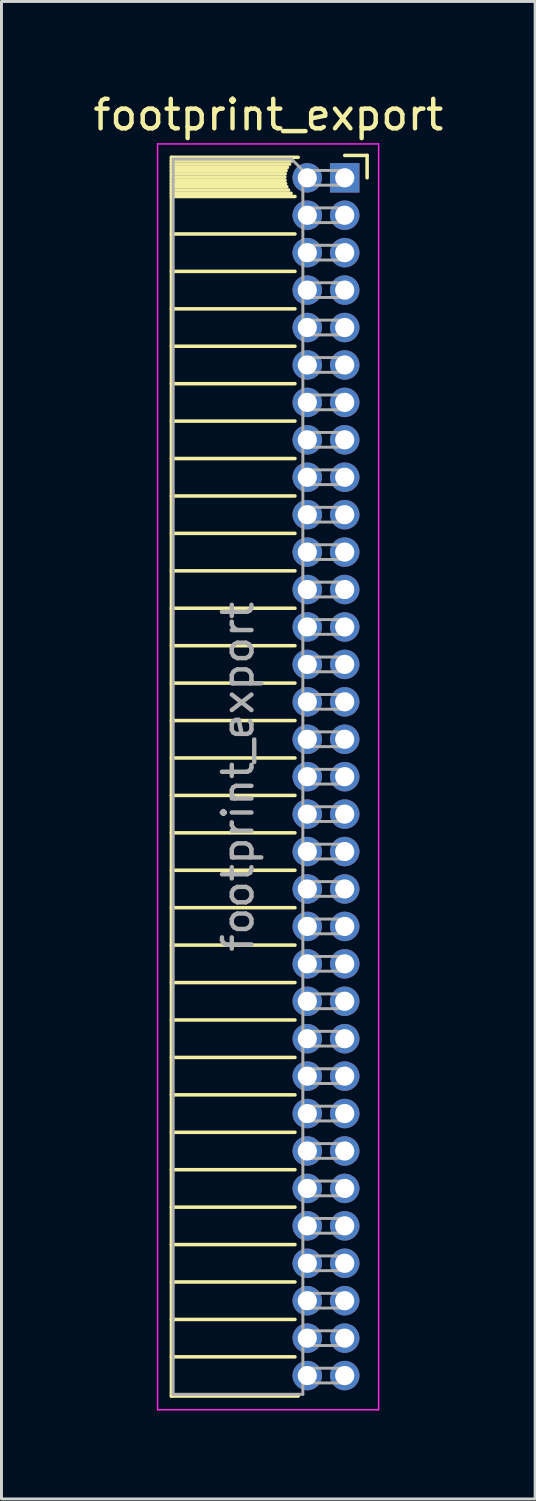
<source format=kicad_pcb>
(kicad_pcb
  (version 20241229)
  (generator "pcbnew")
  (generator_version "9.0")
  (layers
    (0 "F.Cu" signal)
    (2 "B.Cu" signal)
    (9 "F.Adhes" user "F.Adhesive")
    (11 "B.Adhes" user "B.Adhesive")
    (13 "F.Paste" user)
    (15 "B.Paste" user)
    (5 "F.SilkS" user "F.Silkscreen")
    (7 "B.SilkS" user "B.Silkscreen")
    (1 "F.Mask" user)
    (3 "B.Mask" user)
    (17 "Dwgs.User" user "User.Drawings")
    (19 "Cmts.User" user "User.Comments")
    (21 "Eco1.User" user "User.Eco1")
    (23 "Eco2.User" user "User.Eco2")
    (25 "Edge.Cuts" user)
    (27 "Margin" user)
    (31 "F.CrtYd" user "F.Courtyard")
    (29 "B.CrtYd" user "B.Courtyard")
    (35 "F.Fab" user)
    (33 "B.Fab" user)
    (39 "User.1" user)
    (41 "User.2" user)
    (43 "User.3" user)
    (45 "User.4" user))
  (footprint "footprint_export"
    (layer "F.Cu")
    (at 8.646 2.983)
    (property "Reference" "footprint_export" (at -2.592 -2.135 0) (layer "F.SilkS") (effects (font (size 1 1) (thickness 0.15))))
    (attr through_hole)
    (fp_line (start -5.88 -0.695) (end -5.88 41.335) (stroke (width 0.12) (type solid)) (layer "F.SilkS"))
    (fp_line (start -5.88 -0.695) (end -1.578 -0.695) (stroke (width 0.12) (type solid)) (layer "F.SilkS"))
    (fp_line (start -5.88 -0.575) (end -1.767 -0.575) (stroke (width 0.12) (type solid)) (layer "F.SilkS"))
    (fp_line (start -5.88 -0.465) (end -1.871 -0.465) (stroke (width 0.12) (type solid)) (layer "F.SilkS"))
    (fp_line (start -5.88 -0.355) (end -1.942 -0.355) (stroke (width 0.12) (type solid)) (layer "F.SilkS"))
    (fp_line (start -5.88 -0.245) (end -1.989 -0.245) (stroke (width 0.12) (type solid)) (layer "F.SilkS"))
    (fp_line (start -5.88 -0.135) (end -2.018 -0.135) (stroke (width 0.12) (type solid)) (layer "F.SilkS"))
    (fp_line (start -5.88 -0.025) (end -2.03 -0.025) (stroke (width 0.12) (type solid)) (layer "F.SilkS"))
    (fp_line (start -5.88 0.085) (end -2.025 0.085) (stroke (width 0.12) (type solid)) (layer "F.SilkS"))
    (fp_line (start -5.88 0.195) (end -2.005 0.195) (stroke (width 0.12) (type solid)) (layer "F.SilkS"))
    (fp_line (start -5.88 0.305) (end -1.966 0.305) (stroke (width 0.12) (type solid)) (layer "F.SilkS"))
    (fp_line (start -5.88 0.415) (end -1.907 0.415) (stroke (width 0.12) (type solid)) (layer "F.SilkS"))
    (fp_line (start -5.88 0.525) (end -1.82 0.525) (stroke (width 0.12) (type solid)) (layer "F.SilkS"))
    (fp_line (start -5.88 0.635) (end -1.688 0.635) (stroke (width 0.12) (type solid)) (layer "F.SilkS"))
    (fp_line (start -5.88 1.905) (end -1.688 1.905) (stroke (width 0.12) (type solid)) (layer "F.SilkS"))
    (fp_line (start -5.88 3.175) (end -1.688 3.175) (stroke (width 0.12) (type solid)) (layer "F.SilkS"))
    (fp_line (start -5.88 4.445) (end -1.688 4.445) (stroke (width 0.12) (type solid)) (layer "F.SilkS"))
    (fp_line (start -5.88 5.715) (end -1.688 5.715) (stroke (width 0.12) (type solid)) (layer "F.SilkS"))
    (fp_line (start -5.88 6.985) (end -1.688 6.985) (stroke (width 0.12) (type solid)) (layer "F.SilkS"))
    (fp_line (start -5.88 8.255) (end -1.688 8.255) (stroke (width 0.12) (type solid)) (layer "F.SilkS"))
    (fp_line (start -5.88 9.525) (end -1.688 9.525) (stroke (width 0.12) (type solid)) (layer "F.SilkS"))
    (fp_line (start -5.88 10.795) (end -1.688 10.795) (stroke (width 0.12) (type solid)) (layer "F.SilkS"))
    (fp_line (start -5.88 12.065) (end -1.688 12.065) (stroke (width 0.12) (type solid)) (layer "F.SilkS"))
    (fp_line (start -5.88 13.335) (end -1.688 13.335) (stroke (width 0.12) (type solid)) (layer "F.SilkS"))
    (fp_line (start -5.88 14.605) (end -1.688 14.605) (stroke (width 0.12) (type solid)) (layer "F.SilkS"))
    (fp_line (start -5.88 15.875) (end -1.688 15.875) (stroke (width 0.12) (type solid)) (layer "F.SilkS"))
    (fp_line (start -5.88 17.145) (end -1.688 17.145) (stroke (width 0.12) (type solid)) (layer "F.SilkS"))
    (fp_line (start -5.88 18.415) (end -1.688 18.415) (stroke (width 0.12) (type solid)) (layer "F.SilkS"))
    (fp_line (start -5.88 19.685) (end -1.688 19.685) (stroke (width 0.12) (type solid)) (layer "F.SilkS"))
    (fp_line (start -5.88 20.955) (end -1.688 20.955) (stroke (width 0.12) (type solid)) (layer "F.SilkS"))
    (fp_line (start -5.88 22.225) (end -1.688 22.225) (stroke (width 0.12) (type solid)) (layer "F.SilkS"))
    (fp_line (start -5.88 23.495) (end -1.688 23.495) (stroke (width 0.12) (type solid)) (layer "F.SilkS"))
    (fp_line (start -5.88 24.765) (end -1.688 24.765) (stroke (width 0.12) (type solid)) (layer "F.SilkS"))
    (fp_line (start -5.88 26.035) (end -1.688 26.035) (stroke (width 0.12) (type solid)) (layer "F.SilkS"))
    (fp_line (start -5.88 27.305) (end -1.688 27.305) (stroke (width 0.12) (type solid)) (layer "F.SilkS"))
    (fp_line (start -5.88 28.575) (end -1.688 28.575) (stroke (width 0.12) (type solid)) (layer "F.SilkS"))
    (fp_line (start -5.88 29.845) (end -1.688 29.845) (stroke (width 0.12) (type solid)) (layer "F.SilkS"))
    (fp_line (start -5.88 31.115) (end -1.688 31.115) (stroke (width 0.12) (type solid)) (layer "F.SilkS"))
    (fp_line (start -5.88 32.385) (end -1.688 32.385) (stroke (width 0.12) (type solid)) (layer "F.SilkS"))
    (fp_line (start -5.88 33.655) (end -1.688 33.655) (stroke (width 0.12) (type solid)) (layer "F.SilkS"))
    (fp_line (start -5.88 34.925) (end -1.688 34.925) (stroke (width 0.12) (type solid)) (layer "F.SilkS"))
    (fp_line (start -5.88 36.195) (end -1.688 36.195) (stroke (width 0.12) (type solid)) (layer "F.SilkS"))
    (fp_line (start -5.88 37.465) (end -1.688 37.465) (stroke (width 0.12) (type solid)) (layer "F.SilkS"))
    (fp_line (start -5.88 38.735) (end -1.688 38.735) (stroke (width 0.12) (type solid)) (layer "F.SilkS"))
    (fp_line (start -5.88 40.005) (end -1.688 40.005) (stroke (width 0.12) (type solid)) (layer "F.SilkS"))
    (fp_line (start -5.88 41.335) (end -1.578 41.335) (stroke (width 0.12) (type solid)) (layer "F.SilkS"))
    (fp_line (start 0 -0.76) (end 0.76 -0.76) (stroke (width 0.12) (type solid)) (layer "F.SilkS"))
    (fp_line (start 0.76 -0.76) (end 0.76 0) (stroke (width 0.12) (type solid)) (layer "F.SilkS"))
    (fp_line (start -6.35 -1.15) (end -6.35 41.8) (stroke (width 0.05) (type solid)) (layer "F.CrtYd"))
    (fp_line (start -6.35 41.8) (end 1.15 41.8) (stroke (width 0.05) (type solid)) (layer "F.CrtYd"))
    (fp_line (start 1.15 -1.15) (end -6.35 -1.15) (stroke (width 0.05) (type solid)) (layer "F.CrtYd"))
    (fp_line (start 1.15 41.8) (end 1.15 -1.15) (stroke (width 0.05) (type solid)) (layer "F.CrtYd"))
    (fp_line (start -5.82 -0.635) (end -1.805 -0.635) (stroke (width 0.1) (type solid)) (layer "F.Fab"))
    (fp_line (start -5.82 41.275) (end -5.82 -0.635) (stroke (width 0.1) (type solid)) (layer "F.Fab"))
    (fp_line (start -1.805 -0.635) (end -1.42 -0.25) (stroke (width 0.1) (type solid)) (layer "F.Fab"))
    (fp_line (start -1.42 -0.25) (end -1.42 41.275) (stroke (width 0.1) (type solid)) (layer "F.Fab"))
    (fp_line (start -1.42 0.25) (end 0 0.25) (stroke (width 0.1) (type solid)) (layer "F.Fab"))
    (fp_line (start -1.42 1.52) (end 0 1.52) (stroke (width 0.1) (type solid)) (layer "F.Fab"))
    (fp_line (start -1.42 2.79) (end 0 2.79) (stroke (width 0.1) (type solid)) (layer "F.Fab"))
    (fp_line (start -1.42 4.06) (end 0 4.06) (stroke (width 0.1) (type solid)) (layer "F.Fab"))
    (fp_line (start -1.42 5.33) (end 0 5.33) (stroke (width 0.1) (type solid)) (layer "F.Fab"))
    (fp_line (start -1.42 6.6) (end 0 6.6) (stroke (width 0.1) (type solid)) (layer "F.Fab"))
    (fp_line (start -1.42 7.87) (end 0 7.87) (stroke (width 0.1) (type solid)) (layer "F.Fab"))
    (fp_line (start -1.42 9.14) (end 0 9.14) (stroke (width 0.1) (type solid)) (layer "F.Fab"))
    (fp_line (start -1.42 10.41) (end 0 10.41) (stroke (width 0.1) (type solid)) (layer "F.Fab"))
    (fp_line (start -1.42 11.68) (end 0 11.68) (stroke (width 0.1) (type solid)) (layer "F.Fab"))
    (fp_line (start -1.42 12.95) (end 0 12.95) (stroke (width 0.1) (type solid)) (layer "F.Fab"))
    (fp_line (start -1.42 14.22) (end 0 14.22) (stroke (width 0.1) (type solid)) (layer "F.Fab"))
    (fp_line (start -1.42 15.49) (end 0 15.49) (stroke (width 0.1) (type solid)) (layer "F.Fab"))
    (fp_line (start -1.42 16.76) (end 0 16.76) (stroke (width 0.1) (type solid)) (layer "F.Fab"))
    (fp_line (start -1.42 18.03) (end 0 18.03) (stroke (width 0.1) (type solid)) (layer "F.Fab"))
    (fp_line (start -1.42 19.3) (end 0 19.3) (stroke (width 0.1) (type solid)) (layer "F.Fab"))
    (fp_line (start -1.42 20.57) (end 0 20.57) (stroke (width 0.1) (type solid)) (layer "F.Fab"))
    (fp_line (start -1.42 21.84) (end 0 21.84) (stroke (width 0.1) (type solid)) (layer "F.Fab"))
    (fp_line (start -1.42 23.11) (end 0 23.11) (stroke (width 0.1) (type solid)) (layer "F.Fab"))
    (fp_line (start -1.42 24.38) (end 0 24.38) (stroke (width 0.1) (type solid)) (layer "F.Fab"))
    (fp_line (start -1.42 25.65) (end 0 25.65) (stroke (width 0.1) (type solid)) (layer "F.Fab"))
    (fp_line (start -1.42 26.92) (end 0 26.92) (stroke (width 0.1) (type solid)) (layer "F.Fab"))
    (fp_line (start -1.42 28.19) (end 0 28.19) (stroke (width 0.1) (type solid)) (layer "F.Fab"))
    (fp_line (start -1.42 29.46) (end 0 29.46) (stroke (width 0.1) (type solid)) (layer "F.Fab"))
    (fp_line (start -1.42 30.73) (end 0 30.73) (stroke (width 0.1) (type solid)) (layer "F.Fab"))
    (fp_line (start -1.42 32) (end 0 32) (stroke (width 0.1) (type solid)) (layer "F.Fab"))
    (fp_line (start -1.42 33.27) (end 0 33.27) (stroke (width 0.1) (type solid)) (layer "F.Fab"))
    (fp_line (start -1.42 34.54) (end 0 34.54) (stroke (width 0.1) (type solid)) (layer "F.Fab"))
    (fp_line (start -1.42 35.81) (end 0 35.81) (stroke (width 0.1) (type solid)) (layer "F.Fab"))
    (fp_line (start -1.42 37.08) (end 0 37.08) (stroke (width 0.1) (type solid)) (layer "F.Fab"))
    (fp_line (start -1.42 38.35) (end 0 38.35) (stroke (width 0.1) (type solid)) (layer "F.Fab"))
    (fp_line (start -1.42 39.62) (end 0 39.62) (stroke (width 0.1) (type solid)) (layer "F.Fab"))
    (fp_line (start -1.42 40.89) (end 0 40.89) (stroke (width 0.1) (type solid)) (layer "F.Fab"))
    (fp_line (start -1.42 41.275) (end -5.82 41.275) (stroke (width 0.1) (type solid)) (layer "F.Fab"))
    (fp_line (start 0 -0.25) (end -1.42 -0.25) (stroke (width 0.1) (type solid)) (layer "F.Fab"))
    (fp_line (start 0 0.25) (end 0 -0.25) (stroke (width 0.1) (type solid)) (layer "F.Fab"))
    (fp_line (start 0 1.02) (end -1.42 1.02) (stroke (width 0.1) (type solid)) (layer "F.Fab"))
    (fp_line (start 0 1.52) (end 0 1.02) (stroke (width 0.1) (type solid)) (layer "F.Fab"))
    (fp_line (start 0 2.29) (end -1.42 2.29) (stroke (width 0.1) (type solid)) (layer "F.Fab"))
    (fp_line (start 0 2.79) (end 0 2.29) (stroke (width 0.1) (type solid)) (layer "F.Fab"))
    (fp_line (start 0 3.56) (end -1.42 3.56) (stroke (width 0.1) (type solid)) (layer "F.Fab"))
    (fp_line (start 0 4.06) (end 0 3.56) (stroke (width 0.1) (type solid)) (layer "F.Fab"))
    (fp_line (start 0 4.83) (end -1.42 4.83) (stroke (width 0.1) (type solid)) (layer "F.Fab"))
    (fp_line (start 0 5.33) (end 0 4.83) (stroke (width 0.1) (type solid)) (layer "F.Fab"))
    (fp_line (start 0 6.1) (end -1.42 6.1) (stroke (width 0.1) (type solid)) (layer "F.Fab"))
    (fp_line (start 0 6.6) (end 0 6.1) (stroke (width 0.1) (type solid)) (layer "F.Fab"))
    (fp_line (start 0 7.37) (end -1.42 7.37) (stroke (width 0.1) (type solid)) (layer "F.Fab"))
    (fp_line (start 0 7.87) (end 0 7.37) (stroke (width 0.1) (type solid)) (layer "F.Fab"))
    (fp_line (start 0 8.64) (end -1.42 8.64) (stroke (width 0.1) (type solid)) (layer "F.Fab"))
    (fp_line (start 0 9.14) (end 0 8.64) (stroke (width 0.1) (type solid)) (layer "F.Fab"))
    (fp_line (start 0 9.91) (end -1.42 9.91) (stroke (width 0.1) (type solid)) (layer "F.Fab"))
    (fp_line (start 0 10.41) (end 0 9.91) (stroke (width 0.1) (type solid)) (layer "F.Fab"))
    (fp_line (start 0 11.18) (end -1.42 11.18) (stroke (width 0.1) (type solid)) (layer "F.Fab"))
    (fp_line (start 0 11.68) (end 0 11.18) (stroke (width 0.1) (type solid)) (layer "F.Fab"))
    (fp_line (start 0 12.45) (end -1.42 12.45) (stroke (width 0.1) (type solid)) (layer "F.Fab"))
    (fp_line (start 0 12.95) (end 0 12.45) (stroke (width 0.1) (type solid)) (layer "F.Fab"))
    (fp_line (start 0 13.72) (end -1.42 13.72) (stroke (width 0.1) (type solid)) (layer "F.Fab"))
    (fp_line (start 0 14.22) (end 0 13.72) (stroke (width 0.1) (type solid)) (layer "F.Fab"))
    (fp_line (start 0 14.99) (end -1.42 14.99) (stroke (width 0.1) (type solid)) (layer "F.Fab"))
    (fp_line (start 0 15.49) (end 0 14.99) (stroke (width 0.1) (type solid)) (layer "F.Fab"))
    (fp_line (start 0 16.26) (end -1.42 16.26) (stroke (width 0.1) (type solid)) (layer "F.Fab"))
    (fp_line (start 0 16.76) (end 0 16.26) (stroke (width 0.1) (type solid)) (layer "F.Fab"))
    (fp_line (start 0 17.53) (end -1.42 17.53) (stroke (width 0.1) (type solid)) (layer "F.Fab"))
    (fp_line (start 0 18.03) (end 0 17.53) (stroke (width 0.1) (type solid)) (layer "F.Fab"))
    (fp_line (start 0 18.8) (end -1.42 18.8) (stroke (width 0.1) (type solid)) (layer "F.Fab"))
    (fp_line (start 0 19.3) (end 0 18.8) (stroke (width 0.1) (type solid)) (layer "F.Fab"))
    (fp_line (start 0 20.07) (end -1.42 20.07) (stroke (width 0.1) (type solid)) (layer "F.Fab"))
    (fp_line (start 0 20.57) (end 0 20.07) (stroke (width 0.1) (type solid)) (layer "F.Fab"))
    (fp_line (start 0 21.34) (end -1.42 21.34) (stroke (width 0.1) (type solid)) (layer "F.Fab"))
    (fp_line (start 0 21.84) (end 0 21.34) (stroke (width 0.1) (type solid)) (layer "F.Fab"))
    (fp_line (start 0 22.61) (end -1.42 22.61) (stroke (width 0.1) (type solid)) (layer "F.Fab"))
    (fp_line (start 0 23.11) (end 0 22.61) (stroke (width 0.1) (type solid)) (layer "F.Fab"))
    (fp_line (start 0 23.88) (end -1.42 23.88) (stroke (width 0.1) (type solid)) (layer "F.Fab"))
    (fp_line (start 0 24.38) (end 0 23.88) (stroke (width 0.1) (type solid)) (layer "F.Fab"))
    (fp_line (start 0 25.15) (end -1.42 25.15) (stroke (width 0.1) (type solid)) (layer "F.Fab"))
    (fp_line (start 0 25.65) (end 0 25.15) (stroke (width 0.1) (type solid)) (layer "F.Fab"))
    (fp_line (start 0 26.42) (end -1.42 26.42) (stroke (width 0.1) (type solid)) (layer "F.Fab"))
    (fp_line (start 0 26.92) (end 0 26.42) (stroke (width 0.1) (type solid)) (layer "F.Fab"))
    (fp_line (start 0 27.69) (end -1.42 27.69) (stroke (width 0.1) (type solid)) (layer "F.Fab"))
    (fp_line (start 0 28.19) (end 0 27.69) (stroke (width 0.1) (type solid)) (layer "F.Fab"))
    (fp_line (start 0 28.96) (end -1.42 28.96) (stroke (width 0.1) (type solid)) (layer "F.Fab"))
    (fp_line (start 0 29.46) (end 0 28.96) (stroke (width 0.1) (type solid)) (layer "F.Fab"))
    (fp_line (start 0 30.23) (end -1.42 30.23) (stroke (width 0.1) (type solid)) (layer "F.Fab"))
    (fp_line (start 0 30.73) (end 0 30.23) (stroke (width 0.1) (type solid)) (layer "F.Fab"))
    (fp_line (start 0 31.5) (end -1.42 31.5) (stroke (width 0.1) (type solid)) (layer "F.Fab"))
    (fp_line (start 0 32) (end 0 31.5) (stroke (width 0.1) (type solid)) (layer "F.Fab"))
    (fp_line (start 0 32.77) (end -1.42 32.77) (stroke (width 0.1) (type solid)) (layer "F.Fab"))
    (fp_line (start 0 33.27) (end 0 32.77) (stroke (width 0.1) (type solid)) (layer "F.Fab"))
    (fp_line (start 0 34.04) (end -1.42 34.04) (stroke (width 0.1) (type solid)) (layer "F.Fab"))
    (fp_line (start 0 34.54) (end 0 34.04) (stroke (width 0.1) (type solid)) (layer "F.Fab"))
    (fp_line (start 0 35.31) (end -1.42 35.31) (stroke (width 0.1) (type solid)) (layer "F.Fab"))
    (fp_line (start 0 35.81) (end 0 35.31) (stroke (width 0.1) (type solid)) (layer "F.Fab"))
    (fp_line (start 0 36.58) (end -1.42 36.58) (stroke (width 0.1) (type solid)) (layer "F.Fab"))
    (fp_line (start 0 37.08) (end 0 36.58) (stroke (width 0.1) (type solid)) (layer "F.Fab"))
    (fp_line (start 0 37.85) (end -1.42 37.85) (stroke (width 0.1) (type solid)) (layer "F.Fab"))
    (fp_line (start 0 38.35) (end 0 37.85) (stroke (width 0.1) (type solid)) (layer "F.Fab"))
    (fp_line (start 0 39.12) (end -1.42 39.12) (stroke (width 0.1) (type solid)) (layer "F.Fab"))
    (fp_line (start 0 39.62) (end 0 39.12) (stroke (width 0.1) (type solid)) (layer "F.Fab"))
    (fp_line (start 0 40.39) (end -1.42 40.39) (stroke (width 0.1) (type solid)) (layer "F.Fab"))
    (fp_line (start 0 40.89) (end 0 40.39) (stroke (width 0.1) (type solid)) (layer "F.Fab"))
    (fp_text user "${REFERENCE}" (at -3.62 20.32 90) (layer "F.Fab") (effects (font (size 1 1) (thickness 0.15))))
    (pad "1" thru_hole rect (at 0 0) (size 1 1) (drill 0.65) (layers "*.Cu" "*.Mask"))
    (pad "2" thru_hole oval (at -1.27 0) (size 1 1) (drill 0.65) (layers "*.Cu" "*.Mask"))
    (pad "3" thru_hole oval (at 0 1.27) (size 1 1) (drill 0.65) (layers "*.Cu" "*.Mask"))
    (pad "4" thru_hole oval (at -1.27 1.27) (size 1 1) (drill 0.65) (layers "*.Cu" "*.Mask"))
    (pad "5" thru_hole oval (at 0 2.54) (size 1 1) (drill 0.65) (layers "*.Cu" "*.Mask"))
    (pad "6" thru_hole oval (at -1.27 2.54) (size 1 1) (drill 0.65) (layers "*.Cu" "*.Mask"))
    (pad "7" thru_hole oval (at 0 3.81) (size 1 1) (drill 0.65) (layers "*.Cu" "*.Mask"))
    (pad "8" thru_hole oval (at -1.27 3.81) (size 1 1) (drill 0.65) (layers "*.Cu" "*.Mask"))
    (pad "9" thru_hole oval (at 0 5.08) (size 1 1) (drill 0.65) (layers "*.Cu" "*.Mask"))
    (pad "10" thru_hole oval (at -1.27 5.08) (size 1 1) (drill 0.65) (layers "*.Cu" "*.Mask"))
    (pad "11" thru_hole oval (at 0 6.35) (size 1 1) (drill 0.65) (layers "*.Cu" "*.Mask"))
    (pad "12" thru_hole oval (at -1.27 6.35) (size 1 1) (drill 0.65) (layers "*.Cu" "*.Mask"))
    (pad "13" thru_hole oval (at 0 7.62) (size 1 1) (drill 0.65) (layers "*.Cu" "*.Mask"))
    (pad "14" thru_hole oval (at -1.27 7.62) (size 1 1) (drill 0.65) (layers "*.Cu" "*.Mask"))
    (pad "15" thru_hole oval (at 0 8.89) (size 1 1) (drill 0.65) (layers "*.Cu" "*.Mask"))
    (pad "16" thru_hole oval (at -1.27 8.89) (size 1 1) (drill 0.65) (layers "*.Cu" "*.Mask"))
    (pad "17" thru_hole oval (at 0 10.16) (size 1 1) (drill 0.65) (layers "*.Cu" "*.Mask"))
    (pad "18" thru_hole oval (at -1.27 10.16) (size 1 1) (drill 0.65) (layers "*.Cu" "*.Mask"))
    (pad "19" thru_hole oval (at 0 11.43) (size 1 1) (drill 0.65) (layers "*.Cu" "*.Mask"))
    (pad "20" thru_hole oval (at -1.27 11.43) (size 1 1) (drill 0.65) (layers "*.Cu" "*.Mask"))
    (pad "21" thru_hole oval (at 0 12.7) (size 1 1) (drill 0.65) (layers "*.Cu" "*.Mask"))
    (pad "22" thru_hole oval (at -1.27 12.7) (size 1 1) (drill 0.65) (layers "*.Cu" "*.Mask"))
    (pad "23" thru_hole oval (at 0 13.97) (size 1 1) (drill 0.65) (layers "*.Cu" "*.Mask"))
    (pad "24" thru_hole oval (at -1.27 13.97) (size 1 1) (drill 0.65) (layers "*.Cu" "*.Mask"))
    (pad "25" thru_hole oval (at 0 15.24) (size 1 1) (drill 0.65) (layers "*.Cu" "*.Mask"))
    (pad "26" thru_hole oval (at -1.27 15.24) (size 1 1) (drill 0.65) (layers "*.Cu" "*.Mask"))
    (pad "27" thru_hole oval (at 0 16.51) (size 1 1) (drill 0.65) (layers "*.Cu" "*.Mask"))
    (pad "28" thru_hole oval (at -1.27 16.51) (size 1 1) (drill 0.65) (layers "*.Cu" "*.Mask"))
    (pad "29" thru_hole oval (at 0 17.78) (size 1 1) (drill 0.65) (layers "*.Cu" "*.Mask"))
    (pad "30" thru_hole oval (at -1.27 17.78) (size 1 1) (drill 0.65) (layers "*.Cu" "*.Mask"))
    (pad "31" thru_hole oval (at 0 19.05) (size 1 1) (drill 0.65) (layers "*.Cu" "*.Mask"))
    (pad "32" thru_hole oval (at -1.27 19.05) (size 1 1) (drill 0.65) (layers "*.Cu" "*.Mask"))
    (pad "33" thru_hole oval (at 0 20.32) (size 1 1) (drill 0.65) (layers "*.Cu" "*.Mask"))
    (pad "34" thru_hole oval (at -1.27 20.32) (size 1 1) (drill 0.65) (layers "*.Cu" "*.Mask"))
    (pad "35" thru_hole oval (at 0 21.59) (size 1 1) (drill 0.65) (layers "*.Cu" "*.Mask"))
    (pad "36" thru_hole oval (at -1.27 21.59) (size 1 1) (drill 0.65) (layers "*.Cu" "*.Mask"))
    (pad "37" thru_hole oval (at 0 22.86) (size 1 1) (drill 0.65) (layers "*.Cu" "*.Mask"))
    (pad "38" thru_hole oval (at -1.27 22.86) (size 1 1) (drill 0.65) (layers "*.Cu" "*.Mask"))
    (pad "39" thru_hole oval (at 0 24.13) (size 1 1) (drill 0.65) (layers "*.Cu" "*.Mask"))
    (pad "40" thru_hole oval (at -1.27 24.13) (size 1 1) (drill 0.65) (layers "*.Cu" "*.Mask"))
    (pad "41" thru_hole oval (at 0 25.4) (size 1 1) (drill 0.65) (layers "*.Cu" "*.Mask"))
    (pad "42" thru_hole oval (at -1.27 25.4) (size 1 1) (drill 0.65) (layers "*.Cu" "*.Mask"))
    (pad "43" thru_hole oval (at 0 26.67) (size 1 1) (drill 0.65) (layers "*.Cu" "*.Mask"))
    (pad "44" thru_hole oval (at -1.27 26.67) (size 1 1) (drill 0.65) (layers "*.Cu" "*.Mask"))
    (pad "45" thru_hole oval (at 0 27.94) (size 1 1) (drill 0.65) (layers "*.Cu" "*.Mask"))
    (pad "46" thru_hole oval (at -1.27 27.94) (size 1 1) (drill 0.65) (layers "*.Cu" "*.Mask"))
    (pad "47" thru_hole oval (at 0 29.21) (size 1 1) (drill 0.65) (layers "*.Cu" "*.Mask"))
    (pad "48" thru_hole oval (at -1.27 29.21) (size 1 1) (drill 0.65) (layers "*.Cu" "*.Mask"))
    (pad "49" thru_hole oval (at 0 30.48) (size 1 1) (drill 0.65) (layers "*.Cu" "*.Mask"))
    (pad "50" thru_hole oval (at -1.27 30.48) (size 1 1) (drill 0.65) (layers "*.Cu" "*.Mask"))
    (pad "51" thru_hole oval (at 0 31.75) (size 1 1) (drill 0.65) (layers "*.Cu" "*.Mask"))
    (pad "52" thru_hole oval (at -1.27 31.75) (size 1 1) (drill 0.65) (layers "*.Cu" "*.Mask"))
    (pad "53" thru_hole oval (at 0 33.02) (size 1 1) (drill 0.65) (layers "*.Cu" "*.Mask"))
    (pad "54" thru_hole oval (at -1.27 33.02) (size 1 1) (drill 0.65) (layers "*.Cu" "*.Mask"))
    (pad "55" thru_hole oval (at 0 34.29) (size 1 1) (drill 0.65) (layers "*.Cu" "*.Mask"))
    (pad "56" thru_hole oval (at -1.27 34.29) (size 1 1) (drill 0.65) (layers "*.Cu" "*.Mask"))
    (pad "57" thru_hole oval (at 0 35.56) (size 1 1) (drill 0.65) (layers "*.Cu" "*.Mask"))
    (pad "58" thru_hole oval (at -1.27 35.56) (size 1 1) (drill 0.65) (layers "*.Cu" "*.Mask"))
    (pad "59" thru_hole oval (at 0 36.83) (size 1 1) (drill 0.65) (layers "*.Cu" "*.Mask"))
    (pad "60" thru_hole oval (at -1.27 36.83) (size 1 1) (drill 0.65) (layers "*.Cu" "*.Mask"))
    (pad "61" thru_hole oval (at 0 38.1) (size 1 1) (drill 0.65) (layers "*.Cu" "*.Mask"))
    (pad "62" thru_hole oval (at -1.27 38.1) (size 1 1) (drill 0.65) (layers "*.Cu" "*.Mask"))
    (pad "63" thru_hole oval (at 0 39.37) (size 1 1) (drill 0.65) (layers "*.Cu" "*.Mask"))
    (pad "64" thru_hole oval (at -1.27 39.37) (size 1 1) (drill 0.65) (layers "*.Cu" "*.Mask"))
    (pad "65" thru_hole oval (at 0 40.64) (size 1 1) (drill 0.65) (layers "*.Cu" "*.Mask"))
    (pad "66" thru_hole oval (at -1.27 40.64) (size 1 1) (drill 0.65) (layers "*.Cu" "*.Mask")))
  (gr_rect
    (start -3 -3)
    (end 15.107 47.808)
    (stroke (width 0.1) (type default))
    (fill no)
    (layer "Edge.Cuts")))
</source>
